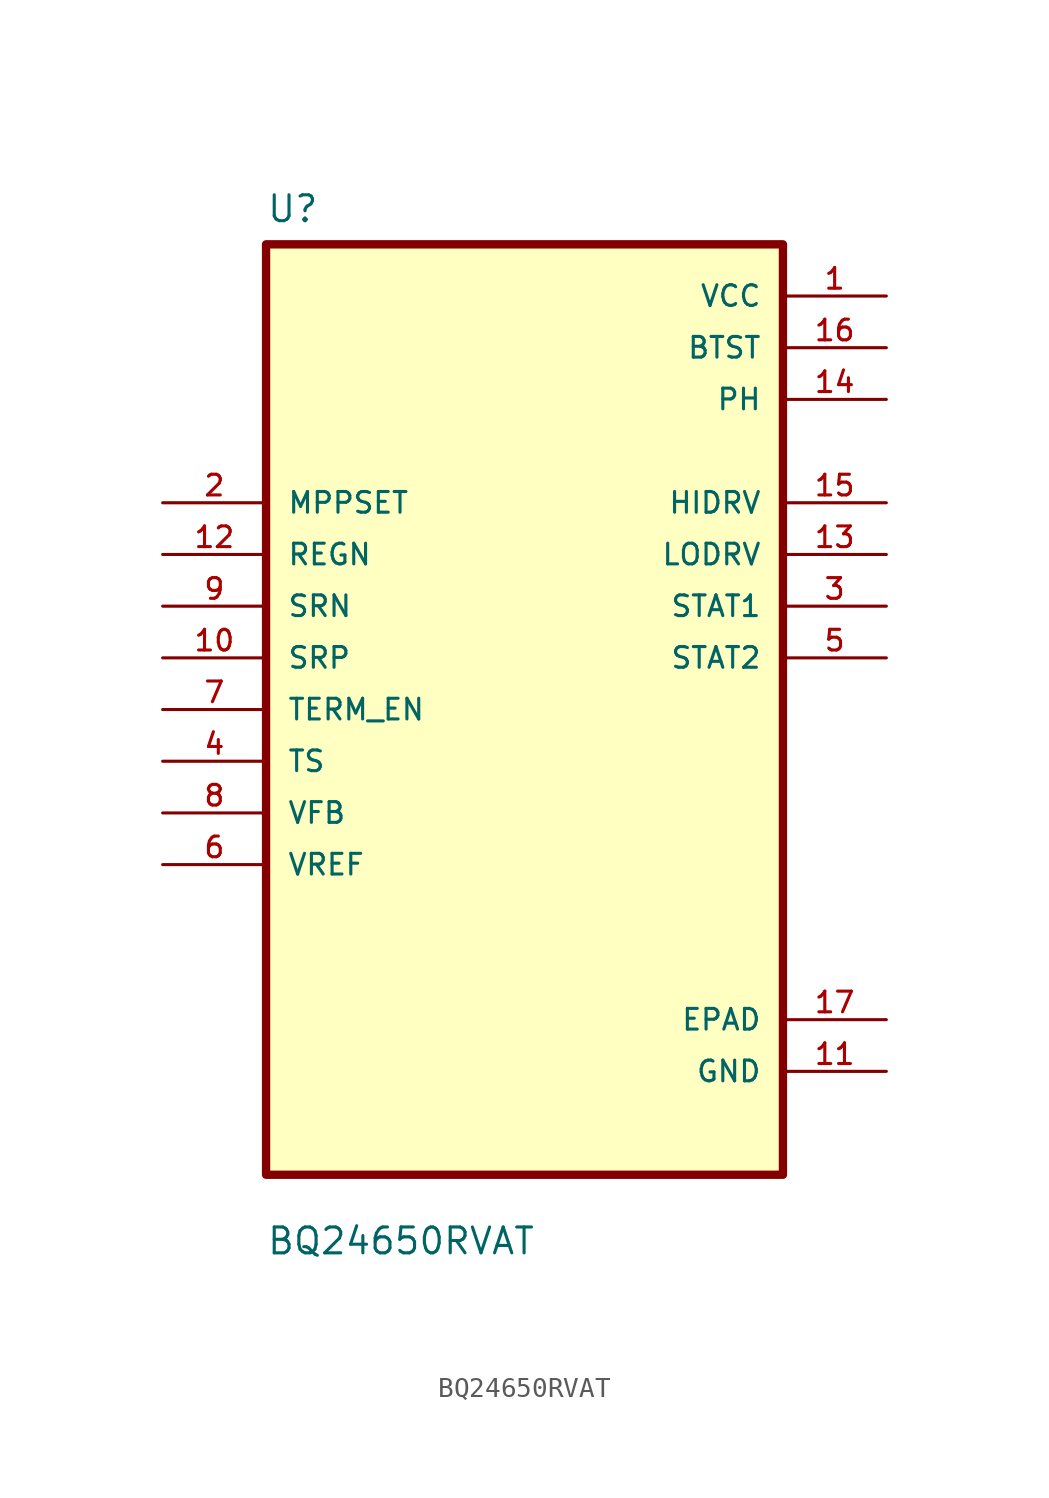
<source format=kicad_sym>
(kicad_symbol_lib
  (version 20211014)
  (generator kicad_symbol_editor)
  (symbol "BQ24650RVAT"
    (pin_names
      (offset 1.016))
    (property "Reference" "U"
      (at -12.7 23.86 0.0)
      (effects (font (size 1.27 1.27)) (justify bottom left)))
    (property "Value" "BQ24650RVAT"
      (at -12.7 -26.86 0.0)
      (effects (font (size 1.27 1.27)) (justify bottom left)))
    (symbol "BQ24650RVAT_0_0"
      (rectangle (start -12.7 -22.86) (end 12.7 22.86) (stroke (width 0.41)) (fill (type background)))
      (pin input line (at -17.78 10.16 0) (length 5.08) (name "MPPSET" (effects (font (size 1.016 1.016)))) (number "2" (effects (font (size 1.016 1.016)))))
      (pin input line (at -17.78 7.62 0) (length 5.08) (name "REGN" (effects (font (size 1.016 1.016)))) (number "12" (effects (font (size 1.016 1.016)))))
      (pin input line (at -17.78 5.08 0) (length 5.08) (name "SRN" (effects (font (size 1.016 1.016)))) (number "9" (effects (font (size 1.016 1.016)))))
      (pin input line (at -17.78 2.54 0) (length 5.08) (name "SRP" (effects (font (size 1.016 1.016)))) (number "10" (effects (font (size 1.016 1.016)))))
      (pin input line (at -17.78 0.0 0) (length 5.08) (name "TERM_EN" (effects (font (size 1.016 1.016)))) (number "7" (effects (font (size 1.016 1.016)))))
      (pin input line (at -17.78 -2.54 0) (length 5.08) (name "TS" (effects (font (size 1.016 1.016)))) (number "4" (effects (font (size 1.016 1.016)))))
      (pin input line (at -17.78 -5.08 0) (length 5.08) (name "VFB" (effects (font (size 1.016 1.016)))) (number "8" (effects (font (size 1.016 1.016)))))
      (pin input line (at -17.78 -7.62 0) (length 5.08) (name "VREF" (effects (font (size 1.016 1.016)))) (number "6" (effects (font (size 1.016 1.016)))))
      (pin power_in line (at 17.78 20.32 180.0) (length 5.08) (name "VCC" (effects (font (size 1.016 1.016)))) (number "1" (effects (font (size 1.016 1.016)))))
      (pin power_in line (at 17.78 17.78 180.0) (length 5.08) (name "BTST" (effects (font (size 1.016 1.016)))) (number "16" (effects (font (size 1.016 1.016)))))
      (pin power_in line (at 17.78 15.24 180.0) (length 5.08) (name "PH" (effects (font (size 1.016 1.016)))) (number "14" (effects (font (size 1.016 1.016)))))
      (pin output line (at 17.78 10.16 180.0) (length 5.08) (name "HIDRV" (effects (font (size 1.016 1.016)))) (number "15" (effects (font (size 1.016 1.016)))))
      (pin output line (at 17.78 7.62 180.0) (length 5.08) (name "LODRV" (effects (font (size 1.016 1.016)))) (number "13" (effects (font (size 1.016 1.016)))))
      (pin output line (at 17.78 5.08 180.0) (length 5.08) (name "STAT1" (effects (font (size 1.016 1.016)))) (number "3" (effects (font (size 1.016 1.016)))))
      (pin output line (at 17.78 2.54 180.0) (length 5.08) (name "STAT2" (effects (font (size 1.016 1.016)))) (number "5" (effects (font (size 1.016 1.016)))))
      (pin power_in line (at 17.78 -15.24 180.0) (length 5.08) (name "EPAD" (effects (font (size 1.016 1.016)))) (number "17" (effects (font (size 1.016 1.016)))))
      (pin power_in line (at 17.78 -17.78 180.0) (length 5.08) (name "GND" (effects (font (size 1.016 1.016)))) (number "11" (effects (font (size 1.016 1.016))))))))
</source>
